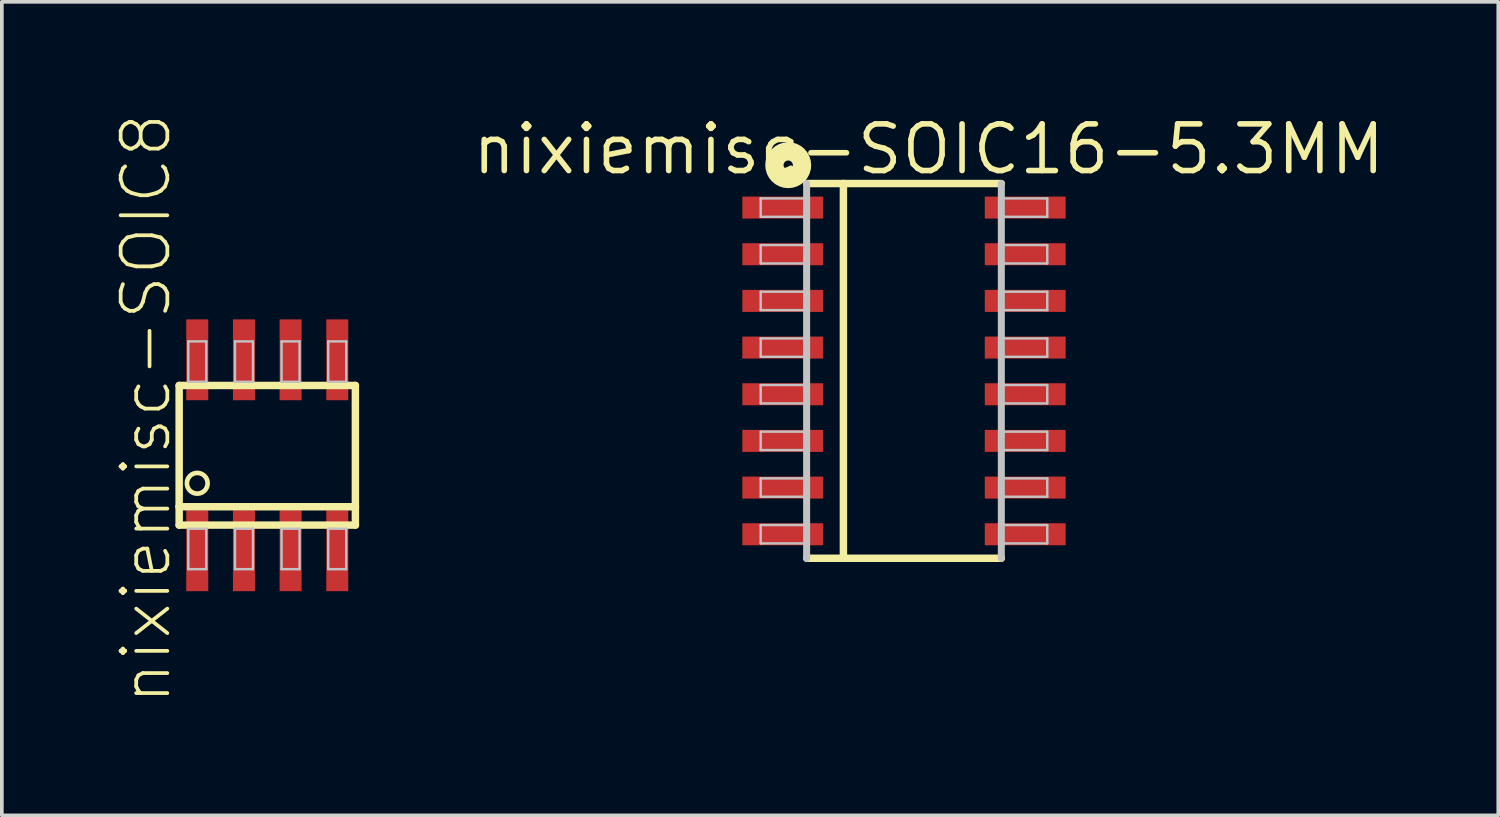
<source format=kicad_pcb>
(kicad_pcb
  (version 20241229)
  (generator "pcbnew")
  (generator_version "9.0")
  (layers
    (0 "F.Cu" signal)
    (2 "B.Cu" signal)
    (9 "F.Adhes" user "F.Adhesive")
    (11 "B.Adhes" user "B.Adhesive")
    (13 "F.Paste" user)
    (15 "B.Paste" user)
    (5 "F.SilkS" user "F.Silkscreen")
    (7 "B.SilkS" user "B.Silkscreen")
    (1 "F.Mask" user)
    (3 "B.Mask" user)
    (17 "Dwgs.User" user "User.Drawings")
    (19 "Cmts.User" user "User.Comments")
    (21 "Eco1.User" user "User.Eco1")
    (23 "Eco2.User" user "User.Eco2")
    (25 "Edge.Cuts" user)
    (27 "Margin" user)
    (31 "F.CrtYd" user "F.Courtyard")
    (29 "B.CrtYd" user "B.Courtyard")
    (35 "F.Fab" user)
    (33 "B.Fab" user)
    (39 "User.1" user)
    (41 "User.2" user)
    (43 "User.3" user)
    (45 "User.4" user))
  (footprint "nixiemisc-SOIC8"
    (layer "F.Cu")
    (at 4.223 9.339)
    (property "Reference" "nixiemisc-SOIC8" (at -3.302 -1.27 90) (unlocked yes) (layer "F.SilkS") (effects (font (size 1.27 1.27) (thickness 0.102))))
    (attr smd)
    (fp_line (start -2.398 -1.9) (end 2.398 -1.9) (stroke (width 0.203) (type solid)) (layer "F.SilkS"))
    (fp_line (start -2.398 1.4) (end -2.398 -1.9) (stroke (width 0.203) (type solid)) (layer "F.SilkS"))
    (fp_line (start -2.398 1.9) (end -2.398 1.4) (stroke (width 0.203) (type solid)) (layer "F.SilkS"))
    (fp_line (start 2.398 -1.9) (end 2.398 1.4) (stroke (width 0.203) (type solid)) (layer "F.SilkS"))
    (fp_line (start 2.398 1.4) (end -2.398 1.4) (stroke (width 0.203) (type solid)) (layer "F.SilkS"))
    (fp_line (start 2.398 1.4) (end 2.398 1.9) (stroke (width 0.203) (type solid)) (layer "F.SilkS"))
    (fp_line (start 2.398 1.9) (end -2.398 1.9) (stroke (width 0.203) (type solid)) (layer "F.SilkS"))
    (fp_circle (center -1.905 0.762) (end -1.905 0.48) (stroke (width 0.127) (type solid)) (fill no) (layer "F.SilkS"))
    (fp_line (start -2.149 -3.099) (end -1.659 -3.099) (stroke (width 0.066) (type solid)) (layer "Dwgs.User"))
    (fp_line (start -2.149 -1.999) (end -2.149 -3.099) (stroke (width 0.066) (type solid)) (layer "Dwgs.User"))
    (fp_line (start -2.149 -1.999) (end -1.659 -1.999) (stroke (width 0.066) (type solid)) (layer "Dwgs.User"))
    (fp_line (start -2.149 1.999) (end -1.659 1.999) (stroke (width 0.066) (type solid)) (layer "Dwgs.User"))
    (fp_line (start -2.149 3.099) (end -2.149 1.999) (stroke (width 0.066) (type solid)) (layer "Dwgs.User"))
    (fp_line (start -2.149 3.099) (end -1.659 3.099) (stroke (width 0.066) (type solid)) (layer "Dwgs.User"))
    (fp_line (start -1.659 -1.999) (end -1.659 -3.099) (stroke (width 0.066) (type solid)) (layer "Dwgs.User"))
    (fp_line (start -1.659 3.099) (end -1.659 1.999) (stroke (width 0.066) (type solid)) (layer "Dwgs.User"))
    (fp_line (start -0.879 -3.099) (end -0.389 -3.099) (stroke (width 0.066) (type solid)) (layer "Dwgs.User"))
    (fp_line (start -0.879 -1.999) (end -0.879 -3.099) (stroke (width 0.066) (type solid)) (layer "Dwgs.User"))
    (fp_line (start -0.879 -1.999) (end -0.389 -1.999) (stroke (width 0.066) (type solid)) (layer "Dwgs.User"))
    (fp_line (start -0.879 1.999) (end -0.389 1.999) (stroke (width 0.066) (type solid)) (layer "Dwgs.User"))
    (fp_line (start -0.879 3.099) (end -0.879 1.999) (stroke (width 0.066) (type solid)) (layer "Dwgs.User"))
    (fp_line (start -0.879 3.099) (end -0.389 3.099) (stroke (width 0.066) (type solid)) (layer "Dwgs.User"))
    (fp_line (start -0.389 -1.999) (end -0.389 -3.099) (stroke (width 0.066) (type solid)) (layer "Dwgs.User"))
    (fp_line (start -0.389 3.099) (end -0.389 1.999) (stroke (width 0.066) (type solid)) (layer "Dwgs.User"))
    (fp_line (start 0.389 -3.099) (end 0.879 -3.099) (stroke (width 0.066) (type solid)) (layer "Dwgs.User"))
    (fp_line (start 0.389 -1.999) (end 0.389 -3.099) (stroke (width 0.066) (type solid)) (layer "Dwgs.User"))
    (fp_line (start 0.389 -1.999) (end 0.879 -1.999) (stroke (width 0.066) (type solid)) (layer "Dwgs.User"))
    (fp_line (start 0.389 1.999) (end 0.879 1.999) (stroke (width 0.066) (type solid)) (layer "Dwgs.User"))
    (fp_line (start 0.389 3.099) (end 0.389 1.999) (stroke (width 0.066) (type solid)) (layer "Dwgs.User"))
    (fp_line (start 0.389 3.099) (end 0.879 3.099) (stroke (width 0.066) (type solid)) (layer "Dwgs.User"))
    (fp_line (start 0.879 -1.999) (end 0.879 -3.099) (stroke (width 0.066) (type solid)) (layer "Dwgs.User"))
    (fp_line (start 0.879 3.099) (end 0.879 1.999) (stroke (width 0.066) (type solid)) (layer "Dwgs.User"))
    (fp_line (start 1.659 -3.099) (end 2.149 -3.099) (stroke (width 0.066) (type solid)) (layer "Dwgs.User"))
    (fp_line (start 1.659 -1.999) (end 1.659 -3.099) (stroke (width 0.066) (type solid)) (layer "Dwgs.User"))
    (fp_line (start 1.659 -1.999) (end 2.149 -1.999) (stroke (width 0.066) (type solid)) (layer "Dwgs.User"))
    (fp_line (start 1.659 1.999) (end 2.149 1.999) (stroke (width 0.066) (type solid)) (layer "Dwgs.User"))
    (fp_line (start 1.659 3.099) (end 1.659 1.999) (stroke (width 0.066) (type solid)) (layer "Dwgs.User"))
    (fp_line (start 1.659 3.099) (end 2.149 3.099) (stroke (width 0.066) (type solid)) (layer "Dwgs.User"))
    (fp_line (start 2.149 -1.999) (end 2.149 -3.099) (stroke (width 0.066) (type solid)) (layer "Dwgs.User"))
    (fp_line (start 2.149 3.099) (end 2.149 1.999) (stroke (width 0.066) (type solid)) (layer "Dwgs.User"))
    (pad "1" smd rect (at -1.905 2.598) (size 0.599 2.2) (layers "F.Cu" "F.Mask" "F.Paste"))
    (pad "2" smd rect (at -0.635 2.598) (size 0.599 2.2) (layers "F.Cu" "F.Mask" "F.Paste"))
    (pad "3" smd rect (at 0.635 2.598) (size 0.599 2.2) (layers "F.Cu" "F.Mask" "F.Paste"))
    (pad "4" smd rect (at 1.905 2.598) (size 0.599 2.2) (layers "F.Cu" "F.Mask" "F.Paste"))
    (pad "5" smd rect (at 1.905 -2.598) (size 0.599 2.2) (layers "F.Cu" "F.Mask" "F.Paste"))
    (pad "6" smd rect (at 0.635 -2.598) (size 0.599 2.2) (layers "F.Cu" "F.Mask" "F.Paste"))
    (pad "7" smd rect (at -0.635 -2.598) (size 0.599 2.2) (layers "F.Cu" "F.Mask" "F.Paste"))
    (pad "8" smd rect (at -1.905 -2.598) (size 0.599 2.2) (layers "F.Cu" "F.Mask" "F.Paste")))
  (footprint "nixiemisc-SOIC16-5.3MM"
    (layer "F.Cu")
    (at 21.549 7.043)
    (property "Reference" "nixiemisc-SOIC16-5.3MM" (at 0.673 -6.032 0) (unlocked yes) (layer "F.SilkS") (effects (font (size 1.27 1.27) (thickness 0.152))))
    (attr smd)
    (fp_line (start -2.649 -5.098) (end -1.648 -5.098) (stroke (width 0.203) (type solid)) (layer "F.SilkS"))
    (fp_line (start -1.648 -5.098) (end 2.649 -5.098) (stroke (width 0.203) (type solid)) (layer "F.SilkS"))
    (fp_line (start -1.648 5.098) (end -2.649 5.098) (stroke (width 0.203) (type solid)) (layer "F.SilkS"))
    (fp_line (start -1.648 5.098) (end -1.648 -5.098) (stroke (width 0.203) (type solid)) (layer "F.SilkS"))
    (fp_line (start 2.649 5.098) (end -1.648 5.098) (stroke (width 0.203) (type solid)) (layer "F.SilkS"))
    (fp_circle (center -3.15 -5.598) (end -3.15 -5.725) (stroke (width 0.498) (type solid)) (fill no) (layer "F.SilkS"))
    (fp_line (start -3.899 -4.194) (end -3.899 -4.694) (stroke (width 0.066) (type solid)) (layer "Dwgs.User"))
    (fp_line (start -3.899 -2.924) (end -3.899 -3.424) (stroke (width 0.066) (type solid)) (layer "Dwgs.User"))
    (fp_line (start -3.899 -1.654) (end -3.899 -2.154) (stroke (width 0.066) (type solid)) (layer "Dwgs.User"))
    (fp_line (start -3.899 -0.384) (end -3.899 -0.884) (stroke (width 0.066) (type solid)) (layer "Dwgs.User"))
    (fp_line (start -3.899 0.884) (end -3.899 0.384) (stroke (width 0.066) (type solid)) (layer "Dwgs.User"))
    (fp_line (start -3.899 2.154) (end -3.899 1.654) (stroke (width 0.066) (type solid)) (layer "Dwgs.User"))
    (fp_line (start -3.899 3.424) (end -3.899 2.924) (stroke (width 0.066) (type solid)) (layer "Dwgs.User"))
    (fp_line (start -3.899 4.694) (end -3.899 4.194) (stroke (width 0.066) (type solid)) (layer "Dwgs.User"))
    (fp_line (start -2.649 -5.098) (end -2.649 5.098) (stroke (width 0.191) (type solid)) (layer "Dwgs.User"))
    (fp_line (start -2.649 -4.694) (end -3.899 -4.694) (stroke (width 0.066) (type solid)) (layer "Dwgs.User"))
    (fp_line (start -2.649 -4.194) (end -3.899 -4.194) (stroke (width 0.066) (type solid)) (layer "Dwgs.User"))
    (fp_line (start -2.649 -4.194) (end -2.649 -4.694) (stroke (width 0.066) (type solid)) (layer "Dwgs.User"))
    (fp_line (start -2.649 -3.424) (end -3.899 -3.424) (stroke (width 0.066) (type solid)) (layer "Dwgs.User"))
    (fp_line (start -2.649 -2.924) (end -3.899 -2.924) (stroke (width 0.066) (type solid)) (layer "Dwgs.User"))
    (fp_line (start -2.649 -2.924) (end -2.649 -3.424) (stroke (width 0.066) (type solid)) (layer "Dwgs.User"))
    (fp_line (start -2.649 -2.154) (end -3.899 -2.154) (stroke (width 0.066) (type solid)) (layer "Dwgs.User"))
    (fp_line (start -2.649 -1.654) (end -3.899 -1.654) (stroke (width 0.066) (type solid)) (layer "Dwgs.User"))
    (fp_line (start -2.649 -1.654) (end -2.649 -2.154) (stroke (width 0.066) (type solid)) (layer "Dwgs.User"))
    (fp_line (start -2.649 -0.884) (end -3.899 -0.884) (stroke (width 0.066) (type solid)) (layer "Dwgs.User"))
    (fp_line (start -2.649 -0.384) (end -3.899 -0.384) (stroke (width 0.066) (type solid)) (layer "Dwgs.User"))
    (fp_line (start -2.649 -0.384) (end -2.649 -0.884) (stroke (width 0.066) (type solid)) (layer "Dwgs.User"))
    (fp_line (start -2.649 0.384) (end -3.899 0.384) (stroke (width 0.066) (type solid)) (layer "Dwgs.User"))
    (fp_line (start -2.649 0.884) (end -3.899 0.884) (stroke (width 0.066) (type solid)) (layer "Dwgs.User"))
    (fp_line (start -2.649 0.884) (end -2.649 0.384) (stroke (width 0.066) (type solid)) (layer "Dwgs.User"))
    (fp_line (start -2.649 1.654) (end -3.899 1.654) (stroke (width 0.066) (type solid)) (layer "Dwgs.User"))
    (fp_line (start -2.649 2.154) (end -3.899 2.154) (stroke (width 0.066) (type solid)) (layer "Dwgs.User"))
    (fp_line (start -2.649 2.154) (end -2.649 1.654) (stroke (width 0.066) (type solid)) (layer "Dwgs.User"))
    (fp_line (start -2.649 2.924) (end -3.899 2.924) (stroke (width 0.066) (type solid)) (layer "Dwgs.User"))
    (fp_line (start -2.649 3.424) (end -3.899 3.424) (stroke (width 0.066) (type solid)) (layer "Dwgs.User"))
    (fp_line (start -2.649 3.424) (end -2.649 2.924) (stroke (width 0.066) (type solid)) (layer "Dwgs.User"))
    (fp_line (start -2.649 4.194) (end -3.899 4.194) (stroke (width 0.066) (type solid)) (layer "Dwgs.User"))
    (fp_line (start -2.649 4.694) (end -3.899 4.694) (stroke (width 0.066) (type solid)) (layer "Dwgs.User"))
    (fp_line (start -2.649 4.694) (end -2.649 4.194) (stroke (width 0.066) (type solid)) (layer "Dwgs.User"))
    (fp_line (start 2.649 -5.098) (end 2.649 5.098) (stroke (width 0.191) (type solid)) (layer "Dwgs.User"))
    (fp_line (start 2.649 -4.694) (end 2.649 -4.194) (stroke (width 0.066) (type solid)) (layer "Dwgs.User"))
    (fp_line (start 2.649 -4.694) (end 3.899 -4.694) (stroke (width 0.066) (type solid)) (layer "Dwgs.User"))
    (fp_line (start 2.649 -4.194) (end 3.899 -4.194) (stroke (width 0.066) (type solid)) (layer "Dwgs.User"))
    (fp_line (start 2.649 -3.424) (end 2.649 -2.924) (stroke (width 0.066) (type solid)) (layer "Dwgs.User"))
    (fp_line (start 2.649 -3.424) (end 3.899 -3.424) (stroke (width 0.066) (type solid)) (layer "Dwgs.User"))
    (fp_line (start 2.649 -2.924) (end 3.899 -2.924) (stroke (width 0.066) (type solid)) (layer "Dwgs.User"))
    (fp_line (start 2.649 -2.154) (end 2.649 -1.654) (stroke (width 0.066) (type solid)) (layer "Dwgs.User"))
    (fp_line (start 2.649 -2.154) (end 3.899 -2.154) (stroke (width 0.066) (type solid)) (layer "Dwgs.User"))
    (fp_line (start 2.649 -1.654) (end 3.899 -1.654) (stroke (width 0.066) (type solid)) (layer "Dwgs.User"))
    (fp_line (start 2.649 -0.884) (end 2.649 -0.384) (stroke (width 0.066) (type solid)) (layer "Dwgs.User"))
    (fp_line (start 2.649 -0.884) (end 3.899 -0.884) (stroke (width 0.066) (type solid)) (layer "Dwgs.User"))
    (fp_line (start 2.649 -0.384) (end 3.899 -0.384) (stroke (width 0.066) (type solid)) (layer "Dwgs.User"))
    (fp_line (start 2.649 0.384) (end 2.649 0.884) (stroke (width 0.066) (type solid)) (layer "Dwgs.User"))
    (fp_line (start 2.649 0.384) (end 3.899 0.384) (stroke (width 0.066) (type solid)) (layer "Dwgs.User"))
    (fp_line (start 2.649 0.884) (end 3.899 0.884) (stroke (width 0.066) (type solid)) (layer "Dwgs.User"))
    (fp_line (start 2.649 1.654) (end 2.649 2.154) (stroke (width 0.066) (type solid)) (layer "Dwgs.User"))
    (fp_line (start 2.649 1.654) (end 3.899 1.654) (stroke (width 0.066) (type solid)) (layer "Dwgs.User"))
    (fp_line (start 2.649 2.154) (end 3.899 2.154) (stroke (width 0.066) (type solid)) (layer "Dwgs.User"))
    (fp_line (start 2.649 2.924) (end 2.649 3.424) (stroke (width 0.066) (type solid)) (layer "Dwgs.User"))
    (fp_line (start 2.649 2.924) (end 3.899 2.924) (stroke (width 0.066) (type solid)) (layer "Dwgs.User"))
    (fp_line (start 2.649 3.424) (end 3.899 3.424) (stroke (width 0.066) (type solid)) (layer "Dwgs.User"))
    (fp_line (start 2.649 4.194) (end 2.649 4.694) (stroke (width 0.066) (type solid)) (layer "Dwgs.User"))
    (fp_line (start 2.649 4.194) (end 3.899 4.194) (stroke (width 0.066) (type solid)) (layer "Dwgs.User"))
    (fp_line (start 2.649 4.694) (end 3.899 4.694) (stroke (width 0.066) (type solid)) (layer "Dwgs.User"))
    (fp_line (start 3.899 -4.694) (end 3.899 -4.194) (stroke (width 0.066) (type solid)) (layer "Dwgs.User"))
    (fp_line (start 3.899 -3.424) (end 3.899 -2.924) (stroke (width 0.066) (type solid)) (layer "Dwgs.User"))
    (fp_line (start 3.899 -2.154) (end 3.899 -1.654) (stroke (width 0.066) (type solid)) (layer "Dwgs.User"))
    (fp_line (start 3.899 -0.884) (end 3.899 -0.384) (stroke (width 0.066) (type solid)) (layer "Dwgs.User"))
    (fp_line (start 3.899 0.384) (end 3.899 0.884) (stroke (width 0.066) (type solid)) (layer "Dwgs.User"))
    (fp_line (start 3.899 1.654) (end 3.899 2.154) (stroke (width 0.066) (type solid)) (layer "Dwgs.User"))
    (fp_line (start 3.899 2.924) (end 3.899 3.424) (stroke (width 0.066) (type solid)) (layer "Dwgs.User"))
    (fp_line (start 3.899 4.194) (end 3.899 4.694) (stroke (width 0.066) (type solid)) (layer "Dwgs.User"))
    (pad "1" smd rect (at -3.299 -4.445 270) (size 0.599 2.2) (layers "F.Cu" "F.Mask" "F.Paste"))
    (pad "2" smd rect (at -3.299 -3.175 270) (size 0.599 2.2) (layers "F.Cu" "F.Mask" "F.Paste"))
    (pad "3" smd rect (at -3.299 -1.905 270) (size 0.599 2.2) (layers "F.Cu" "F.Mask" "F.Paste"))
    (pad "4" smd rect (at -3.299 -0.635 270) (size 0.599 2.2) (layers "F.Cu" "F.Mask" "F.Paste"))
    (pad "5" smd rect (at -3.299 0.635 270) (size 0.599 2.2) (layers "F.Cu" "F.Mask" "F.Paste"))
    (pad "6" smd rect (at -3.299 1.905 270) (size 0.599 2.2) (layers "F.Cu" "F.Mask" "F.Paste"))
    (pad "7" smd rect (at -3.299 3.175 270) (size 0.599 2.2) (layers "F.Cu" "F.Mask" "F.Paste"))
    (pad "8" smd rect (at -3.299 4.445 270) (size 0.599 2.2) (layers "F.Cu" "F.Mask" "F.Paste"))
    (pad "9" smd rect (at 3.299 4.445 270) (size 0.599 2.2) (layers "F.Cu" "F.Mask" "F.Paste"))
    (pad "10" smd rect (at 3.299 3.175 270) (size 0.599 2.2) (layers "F.Cu" "F.Mask" "F.Paste"))
    (pad "11" smd rect (at 3.299 1.905 270) (size 0.599 2.2) (layers "F.Cu" "F.Mask" "F.Paste"))
    (pad "12" smd rect (at 3.299 0.635 270) (size 0.599 2.2) (layers "F.Cu" "F.Mask" "F.Paste"))
    (pad "13" smd rect (at 3.299 -0.635 270) (size 0.599 2.2) (layers "F.Cu" "F.Mask" "F.Paste"))
    (pad "14" smd rect (at 3.299 -1.905 270) (size 0.599 2.2) (layers "F.Cu" "F.Mask" "F.Paste"))
    (pad "15" smd rect (at 3.299 -3.175 270) (size 0.599 2.2) (layers "F.Cu" "F.Mask" "F.Paste"))
    (pad "16" smd rect (at 3.299 -4.445 270) (size 0.599 2.2) (layers "F.Cu" "F.Mask" "F.Paste")))
  (gr_rect
    (start -3 -3)
    (end 37.721 19.137)
    (stroke (width 0.1) (type default))
    (fill no)
    (layer "Edge.Cuts")))
</source>
